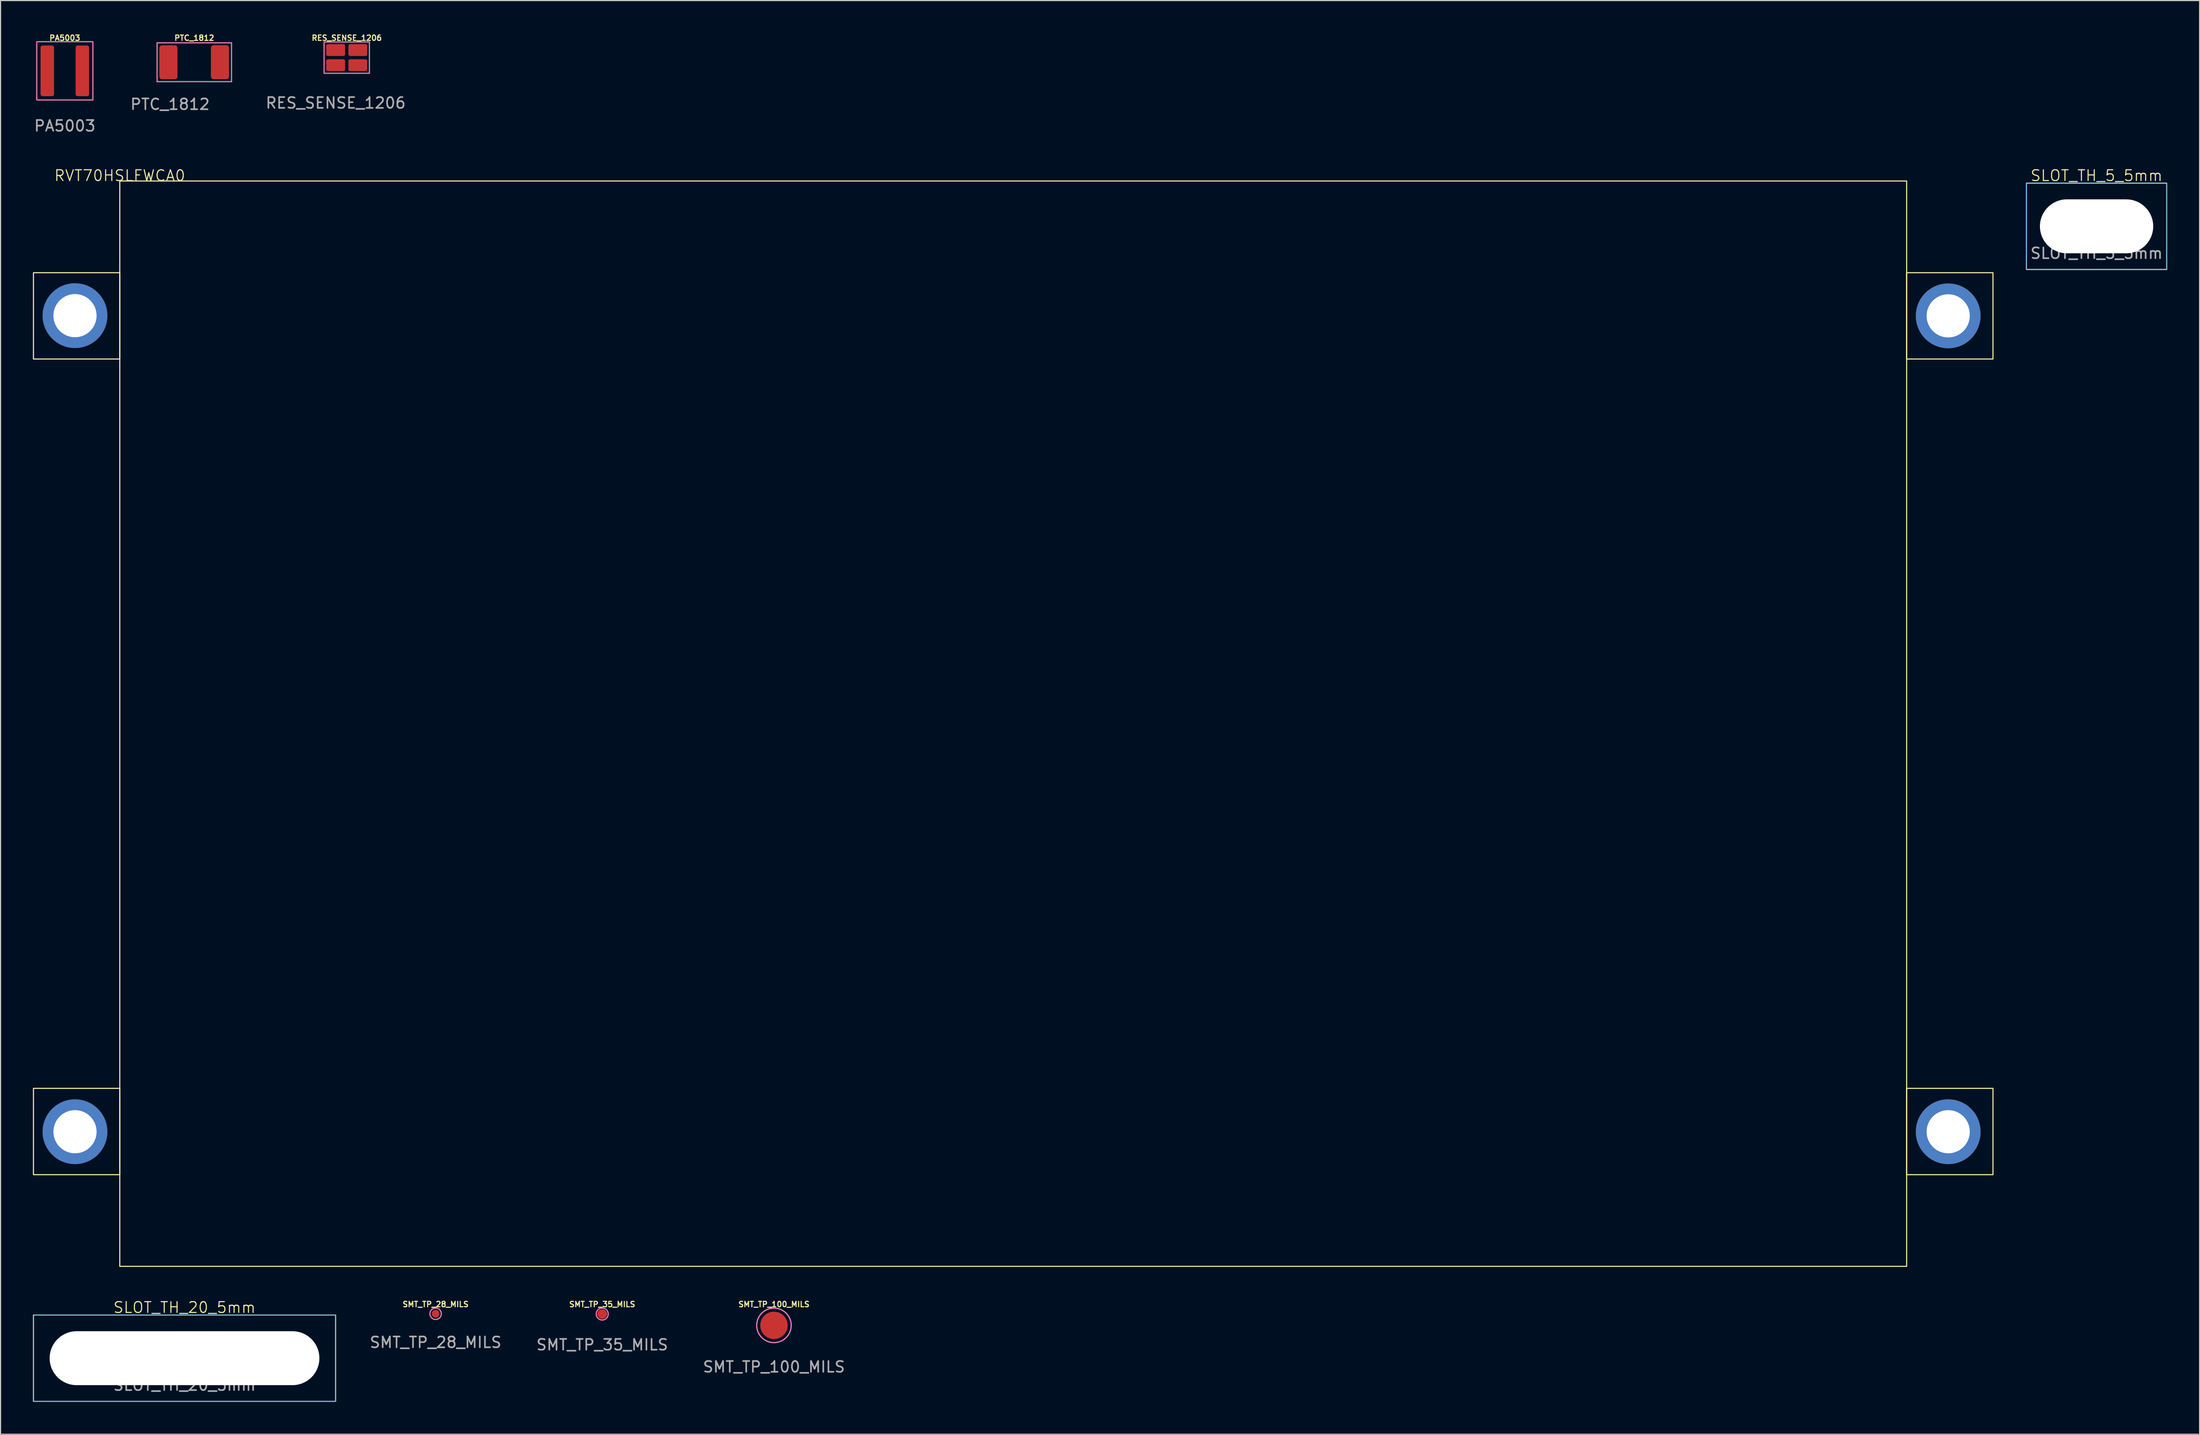
<source format=kicad_pcb>
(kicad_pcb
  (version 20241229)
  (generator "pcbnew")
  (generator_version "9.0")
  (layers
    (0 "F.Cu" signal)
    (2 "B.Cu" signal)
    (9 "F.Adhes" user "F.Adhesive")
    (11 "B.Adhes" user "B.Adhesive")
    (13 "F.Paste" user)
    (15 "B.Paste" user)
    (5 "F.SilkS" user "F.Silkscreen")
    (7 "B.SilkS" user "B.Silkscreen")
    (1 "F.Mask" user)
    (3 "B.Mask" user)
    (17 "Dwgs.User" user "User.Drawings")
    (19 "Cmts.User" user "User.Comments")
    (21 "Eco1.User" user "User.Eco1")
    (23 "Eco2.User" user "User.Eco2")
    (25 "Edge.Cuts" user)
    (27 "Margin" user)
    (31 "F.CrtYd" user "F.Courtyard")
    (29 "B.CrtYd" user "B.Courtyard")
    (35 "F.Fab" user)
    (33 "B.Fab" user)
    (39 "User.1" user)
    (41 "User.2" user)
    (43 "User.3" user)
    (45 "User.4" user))
  (footprint "SMT_TP_28_MILS"
    (layer "F.Cu")
    (at 37.32 118.72)
    (property "Reference" "SMT_TP_28_MILS" (at 0 -0.875 0) (unlocked yes) (layer "F.SilkS") (effects (font (size 0.5 0.5) (thickness 0.1))))
    (attr smd)
    (fp_circle (center 0 0) (end 0.375 0.375) (stroke (width 0.1) (type default)) (fill no) (layer "F.SilkS"))
    (fp_circle (center 0 0) (end 0.375 0.375) (stroke (width 0.05) (type default)) (fill no) (layer "F.CrtYd"))
    (fp_text user "${REFERENCE}" (at 0 2.65 0) (unlocked yes) (layer "F.Fab") (effects (font (size 1 1) (thickness 0.15))))
    (pad "1" smd circle (at 0 0) (size 0.711 0.711) (layers "F.Cu" "F.Mask")))
  (footprint "SMT_TP_35_MILS"
    (layer "F.Cu")
    (at 52.761 118.745)
    (property "Reference" "SMT_TP_35_MILS" (at 0 -0.9 0) (unlocked yes) (layer "F.SilkS") (effects (font (size 0.5 0.5) (thickness 0.1))))
    (attr smd)
    (fp_circle (center 0 0) (end 0.5 0.25) (stroke (width 0.1) (type default)) (fill no) (layer "F.SilkS"))
    (fp_circle (center 0 0) (end 0.4 0.4) (stroke (width 0.05) (type default)) (fill no) (layer "F.CrtYd"))
    (fp_text user "${REFERENCE}" (at 0 2.85 0) (unlocked yes) (layer "F.Fab") (effects (font (size 1 1) (thickness 0.15))))
    (pad "1" smd circle (at 0 0) (size 0.889 0.889) (layers "F.Cu" "F.Mask")))
  (footprint "SMT_TP_100_MILS"
    (layer "F.Cu")
    (at 68.677 119.795)
    (property "Reference" "SMT_TP_100_MILS" (at 0 -1.95 0) (unlocked yes) (layer "F.SilkS") (effects (font (size 0.5 0.5) (thickness 0.1))))
    (attr smd)
    (fp_circle (center 0 0) (end 1.35 0.85) (stroke (width 0.1) (type default)) (fill no) (layer "F.SilkS"))
    (fp_circle (center 0 0) (end 1.3 0.9) (stroke (width 0.05) (type default)) (fill no) (layer "F.CrtYd"))
    (fp_text user "${REFERENCE}" (at 0 3.85 0) (unlocked yes) (layer "F.Fab") (effects (font (size 1 1) (thickness 0.15))))
    (pad "1" smd circle (at 0 0) (size 2.54 2.54) (layers "F.Cu" "F.Mask")))
  (footprint "RVT70HSLFWCA0"
    (layer "F.Cu")
    (at 90.85 64.027)
    (property "Reference" "RVT70HSLFWCA0" (at -82.8 -50.8 0) (unlocked yes) (layer "F.SilkS") (effects (font (size 1 1) (thickness 0.1))))
    (attr exclude_from_pos_files)
    (fp_rect (start -90.8 -41.8) (end -82.8 -33.8) (stroke (width 0.1) (type default)) (fill no) (layer "F.SilkS"))
    (fp_rect (start -90.8 33.8) (end -82.8 41.8) (stroke (width 0.1) (type default)) (fill no) (layer "F.SilkS"))
    (fp_rect (start -82.8 -50.3) (end 82.8 50.3) (stroke (width 0.1) (type default)) (fill no) (layer "F.SilkS"))
    (fp_rect (start 82.8 -41.8) (end 90.8 -33.8) (stroke (width 0.1) (type default)) (fill no) (layer "F.SilkS"))
    (fp_rect (start 82.8 33.8) (end 90.8 41.8) (stroke (width 0.1) (type default)) (fill no) (layer "F.SilkS"))
    (fp_line (start -82.8 -50.3) (end -82.8 50.3) (stroke (width 0.1) (type default)) (layer "Margin"))
    (fp_line (start -82.8 -50.3) (end 82.8 -50.3) (stroke (width 0.1) (type solid)) (layer "Margin"))
    (fp_line (start -82.8 50.3) (end 82.8 50.3) (stroke (width 0.1) (type solid)) (layer "Margin"))
    (fp_line (start 82.8 -50.3) (end 82.8 50.3) (stroke (width 0.1) (type default)) (layer "Margin"))
    (fp_rect (start -90.8 -41.82) (end -82.8 -33.82) (stroke (width 0.1) (type solid)) (fill no) (layer "Margin"))
    (fp_rect (start -90.8 33.82) (end -82.8 41.82) (stroke (width 0.1) (type solid)) (fill no) (layer "Margin"))
    (fp_rect (start 82.8 -41.8) (end 90.8 -33.8) (stroke (width 0.1) (type solid)) (fill no) (layer "Margin"))
    (fp_rect (start 82.8 33.82) (end 90.8 41.82) (stroke (width 0.1) (type solid)) (fill no) (layer "Margin"))
    (fp_circle (center -86.95 -37.82) (end -85.2 -37.82) (stroke (width 0.1) (type solid)) (fill no) (layer "Margin"))
    (fp_circle (center -86.95 37.82) (end -85.2 37.82) (stroke (width 0.1) (type solid)) (fill no) (layer "Margin"))
    (fp_circle (center 86.65 -37.8) (end 88.4 -37.8) (stroke (width 0.1) (type solid)) (fill no) (layer "Margin"))
    (fp_circle (center 86.65 37.82) (end 88.4 37.82) (stroke (width 0.1) (type solid)) (fill no) (layer "Margin"))
    (pad "1" thru_hole circle (at -86.95 -37.82) (size 6 6) (drill 4) (layers "*.Cu" "*.Mask"))
    (pad "2" thru_hole circle (at -86.95 37.82) (size 6 6) (drill 4) (layers "*.Cu" "*.Mask"))
    (pad "3" thru_hole circle (at 86.65 -37.8) (size 6 6) (drill 4) (layers "*.Cu" "*.Mask"))
    (pad "4" thru_hole circle (at 86.65 37.82) (size 6 6) (drill 4) (layers "*.Cu" "*.Mask")))
  (footprint "SLOT_TH_20_5mm"
    (layer "F.Cu")
    (at 14.05 122.837)
    (property "Reference" "SLOT_TH_20_5mm" (at 0 -4.7 0) (unlocked yes) (layer "F.SilkS") (effects (font (size 1 1) (thickness 0.1))))
    (attr smd board_only)
    (fp_rect (start -14 -4) (end 14 4) (stroke (width 0.1) (type solid)) (fill no) (layer "F.SilkS"))
    (fp_rect (start -14 -4) (end 14 4) (stroke (width 0.05) (type default)) (fill no) (layer "B.CrtYd"))
    (fp_rect (start -14 -4) (end 14 4) (stroke (width 0.05) (type default)) (fill no) (layer "F.CrtYd"))
    (fp_text user "${REFERENCE}" (at 0 2.5 0) (unlocked yes) (layer "F.Fab") (effects (font (size 1 1) (thickness 0.15))))
    (pad "" np_thru_hole oval (at 0 0) (size 25 5) (drill oval 25 5) (layers "*.Cu" "*.Mask")))
  (footprint "RES_SENSE_1206"
    (layer "F.Cu")
    (at 29.085 2.293)
    (property "Reference" "RES_SENSE_1206" (at 0 -1.825 0) (unlocked yes) (layer "F.SilkS") (effects (font (size 0.5 0.5) (thickness 0.1))))
    (attr smd)
    (fp_rect (start -2.1 -1.45) (end 2.1 1.45) (stroke (width 0.1) (type default)) (fill no) (layer "F.SilkS"))
    (fp_rect (start -2.1 -1.45) (end 2.1 1.45) (stroke (width 0.05) (type default)) (fill no) (layer "F.CrtYd"))
    (fp_text user "${REFERENCE}" (at -1.025 4.2 0) (unlocked yes) (layer "F.Fab") (effects (font (size 1 1) (thickness 0.15))))
    (pad "1" smd roundrect (at -1.025 -0.7) (size 1.75 1.1) (layers "F.Cu" "F.Mask" "F.Paste") (roundrect_rratio 0.15))
    (pad "2" smd roundrect (at -1.025 0.7) (size 1.75 1.1) (layers "F.Cu" "F.Mask" "F.Paste") (roundrect_rratio 0.15))
    (pad "3" smd roundrect (at 1.025 0.7) (size 1.75 1.1) (layers "F.Cu" "F.Mask" "F.Paste") (roundrect_rratio 0.15))
    (pad "4" smd roundrect (at 1.025 -0.7) (size 1.75 1.1) (layers "F.Cu" "F.Mask" "F.Paste") (roundrect_rratio 0.15)))
  (footprint "PTC_1812"
    (layer "F.Cu")
    (at 14.958 2.718)
    (property "Reference" "PTC_1812" (at 0 -2.25 0) (unlocked yes) (layer "F.SilkS") (effects (font (size 0.5 0.5) (thickness 0.1))))
    (attr smd)
    (fp_line (start -3.45 -1.8) (end 3.45 -1.8) (stroke (width 0.1) (type default)) (layer "F.SilkS"))
    (fp_line (start -3.45 1.8) (end -3.45 -1.8) (stroke (width 0.1) (type solid)) (layer "F.SilkS"))
    (fp_line (start 3.45 -1.8) (end 3.45 1.8) (stroke (width 0.1) (type default)) (layer "F.SilkS"))
    (fp_line (start 3.45 1.8) (end -3.45 1.8) (stroke (width 0.1) (type default)) (layer "F.SilkS"))
    (fp_rect (start -3.45 -1.8) (end 3.45 1.8) (stroke (width 0.05) (type default)) (fill no) (layer "F.CrtYd"))
    (fp_text user "${REFERENCE}" (at -2.25 3.9 0) (unlocked yes) (layer "F.Fab") (effects (font (size 1 1) (thickness 0.15))))
    (pad "1" smd roundrect (at -2.4 0.005) (size 1.68 3.15) (layers "F.Cu" "F.Mask" "F.Paste") (roundrect_rratio 0.15))
    (pad "2" smd roundrect (at 2.38 0) (size 1.68 3.15) (layers "F.Cu" "F.Mask" "F.Paste") (roundrect_rratio 0.15)))
  (footprint "SLOT_TH_5_5mm"
    (layer "F.Cu")
    (at 191.25 17.927)
    (property "Reference" "SLOT_TH_5_5mm" (at 0 -4.7 0) (unlocked yes) (layer "F.SilkS") (effects (font (size 1 1) (thickness 0.1))))
    (attr smd board_only)
    (fp_rect (start -6.5 -4) (end 6.5 4) (stroke (width 0.1) (type solid)) (fill no) (layer "F.SilkS"))
    (fp_rect (start -6.5 -4) (end 6.5 4) (stroke (width 0.05) (type default)) (fill no) (layer "B.CrtYd"))
    (fp_rect (start -6.5 -4) (end 6.5 4) (stroke (width 0.05) (type default)) (fill no) (layer "F.CrtYd"))
    (fp_text user "${REFERENCE}" (at 0 2.5 0) (unlocked yes) (layer "F.Fab") (effects (font (size 1 1) (thickness 0.15))))
    (pad "" np_thru_hole oval (at 0 0) (size 10.5 5) (drill oval 10.5 5) (layers "*.Cu" "*.Mask")))
  (footprint "PA5003"
    (layer "F.Cu")
    (at 2.958 3.518)
    (property "Reference" "PA5003" (at 0 -3.05 0) (unlocked yes) (layer "F.SilkS") (effects (font (size 0.5 0.5) (thickness 0.1))))
    (attr smd)
    (fp_rect (start -2.6 -2.7) (end 2.6 2.7) (stroke (width 0.1) (type default)) (fill no) (layer "F.SilkS"))
    (fp_rect (start -2.6 -2.7) (end 2.6 2.7) (stroke (width 0.05) (type default)) (fill no) (layer "F.CrtYd"))
    (fp_text user "${REFERENCE}" (at 0 5.1 0) (unlocked yes) (layer "F.Fab") (effects (font (size 1 1) (thickness 0.15))))
    (pad "1" smd roundrect (at -1.625 0) (size 1.25 4.7) (layers "F.Cu" "F.Mask" "F.Paste") (roundrect_rratio 0.15))
    (pad "2" smd roundrect (at 1.625 0) (size 1.25 4.7) (layers "F.Cu" "F.Mask" "F.Paste") (roundrect_rratio 0.15))
    (zone (net_name "") (layers "F.Cu" "B.Cu") (hatch edge 0.5) (connect_pads) (min_thickness 0.25) (filled_areas_thickness no) (keepout (tracks not_allowed) (vias not_allowed) (pads not_allowed) (copperpour not_allowed) (footprints allowed)) (placement (enabled no)) (fill) (polygon (pts (xy 3.858 1.168) (xy 3.858 5.868) (xy 2.058 5.868) (xy 2.058 1.168)))))
  (gr_rect
    (start -3 -3)
    (end 200.8 129.887)
    (stroke (width 0.1) (type default))
    (fill no)
    (layer "Edge.Cuts")))
</source>
